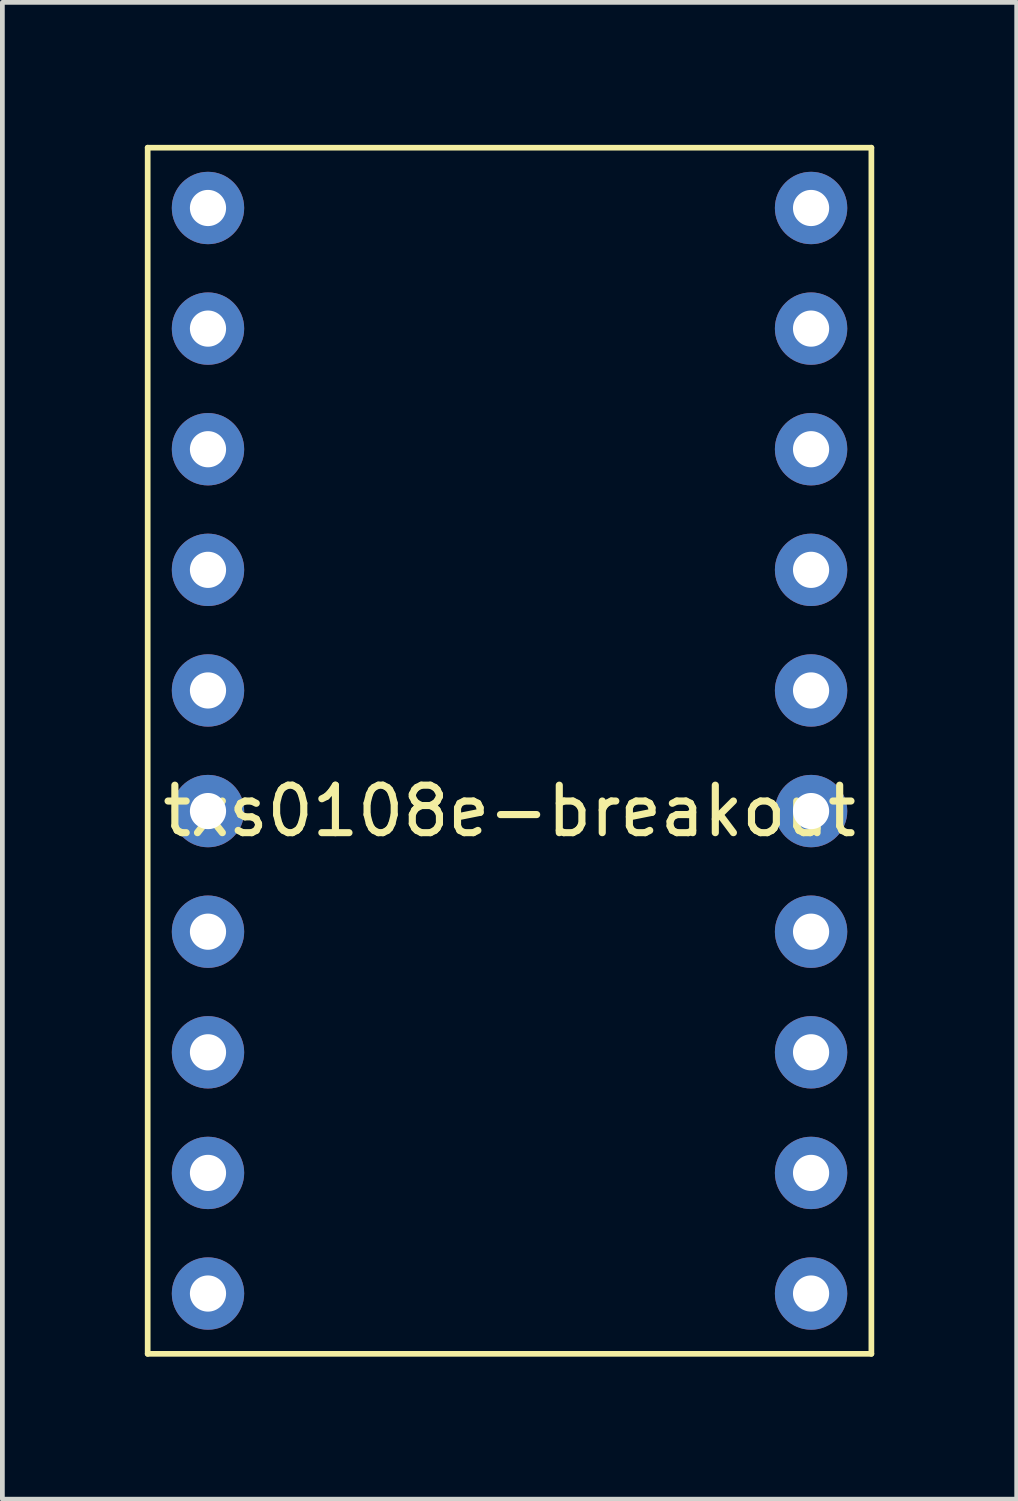
<source format=kicad_pcb>
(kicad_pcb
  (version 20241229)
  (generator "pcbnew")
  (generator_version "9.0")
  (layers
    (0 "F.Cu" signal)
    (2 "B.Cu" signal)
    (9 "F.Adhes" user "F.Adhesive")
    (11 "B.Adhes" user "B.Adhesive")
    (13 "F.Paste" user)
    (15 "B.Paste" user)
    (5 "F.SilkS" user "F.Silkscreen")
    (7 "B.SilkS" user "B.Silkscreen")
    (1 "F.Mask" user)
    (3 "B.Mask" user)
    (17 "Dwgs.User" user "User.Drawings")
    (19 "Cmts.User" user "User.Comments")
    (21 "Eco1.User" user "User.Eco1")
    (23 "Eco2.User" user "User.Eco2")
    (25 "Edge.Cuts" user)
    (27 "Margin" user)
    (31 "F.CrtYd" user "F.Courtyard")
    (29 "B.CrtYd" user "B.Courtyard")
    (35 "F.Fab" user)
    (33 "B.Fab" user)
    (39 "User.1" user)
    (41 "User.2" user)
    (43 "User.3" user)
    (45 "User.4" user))
  (footprint "txs0108e-breakout"
    (layer "F.Cu")
    (at 7.68 14.03)
    (property "Reference" "txs0108e-breakout" (at 0 0 0) (layer "F.SilkS") (effects (font (size 1 1) (thickness 0.15))))
    (attr through_hole)
    (fp_line (start -7.62 -13.97) (end 7.62 -13.97) (stroke (width 0.12) (type solid)) (layer "F.SilkS"))
    (fp_line (start -7.62 11.43) (end -7.62 -13.97) (stroke (width 0.12) (type solid)) (layer "F.SilkS"))
    (fp_line (start 7.62 -13.97) (end 7.62 11.43) (stroke (width 0.12) (type solid)) (layer "F.SilkS"))
    (fp_line (start 7.62 11.43) (end -7.62 11.43) (stroke (width 0.12) (type solid)) (layer "F.SilkS"))
    (pad "0" thru_hole circle (at 6.35 10.16) (size 1.524 1.524) (drill 0.762) (layers "*.Cu" "*.Mask"))
    (pad "1" thru_hole circle (at 6.35 7.62) (size 1.524 1.524) (drill 0.762) (layers "*.Cu" "*.Mask"))
    (pad "2" thru_hole circle (at 6.35 5.08) (size 1.524 1.524) (drill 0.762) (layers "*.Cu" "*.Mask"))
    (pad "3" thru_hole circle (at 6.35 2.54) (size 1.524 1.524) (drill 0.762) (layers "*.Cu" "*.Mask"))
    (pad "4" thru_hole circle (at 6.35 0) (size 1.524 1.524) (drill 0.762) (layers "*.Cu" "*.Mask"))
    (pad "5" thru_hole circle (at 6.35 -2.54) (size 1.524 1.524) (drill 0.762) (layers "*.Cu" "*.Mask"))
    (pad "6" thru_hole circle (at 6.35 -5.08) (size 1.524 1.524) (drill 0.762) (layers "*.Cu" "*.Mask"))
    (pad "7" thru_hole circle (at 6.35 -7.62) (size 1.524 1.524) (drill 0.762) (layers "*.Cu" "*.Mask"))
    (pad "8" thru_hole circle (at 6.35 -10.16) (size 1.524 1.524) (drill 0.762) (layers "*.Cu" "*.Mask"))
    (pad "9" thru_hole circle (at 6.35 -12.7) (size 1.524 1.524) (drill 0.762) (layers "*.Cu" "*.Mask"))
    (pad "10" thru_hole circle (at -6.35 -12.7) (size 1.524 1.524) (drill 0.762) (layers "*.Cu" "*.Mask"))
    (pad "11" thru_hole circle (at -6.35 -10.16) (size 1.524 1.524) (drill 0.762) (layers "*.Cu" "*.Mask"))
    (pad "12" thru_hole circle (at -6.35 -7.62) (size 1.524 1.524) (drill 0.762) (layers "*.Cu" "*.Mask"))
    (pad "13" thru_hole circle (at -6.35 -5.08) (size 1.524 1.524) (drill 0.762) (layers "*.Cu" "*.Mask"))
    (pad "14" thru_hole circle (at -6.35 -2.54) (size 1.524 1.524) (drill 0.762) (layers "*.Cu" "*.Mask"))
    (pad "15" thru_hole circle (at -6.35 0) (size 1.524 1.524) (drill 0.762) (layers "*.Cu" "*.Mask"))
    (pad "16" thru_hole circle (at -6.35 2.54) (size 1.524 1.524) (drill 0.762) (layers "*.Cu" "*.Mask"))
    (pad "17" thru_hole circle (at -6.35 5.08) (size 1.524 1.524) (drill 0.762) (layers "*.Cu" "*.Mask"))
    (pad "18" thru_hole circle (at -6.35 7.62) (size 1.524 1.524) (drill 0.762) (layers "*.Cu" "*.Mask"))
    (pad "19" thru_hole circle (at -6.35 10.16) (size 1.524 1.524) (drill 0.762) (layers "*.Cu" "*.Mask")))
  (gr_rect
    (start -3 -3)
    (end 18.36 28.52)
    (stroke (width 0.1) (type default))
    (fill no)
    (layer "Edge.Cuts")))
</source>
